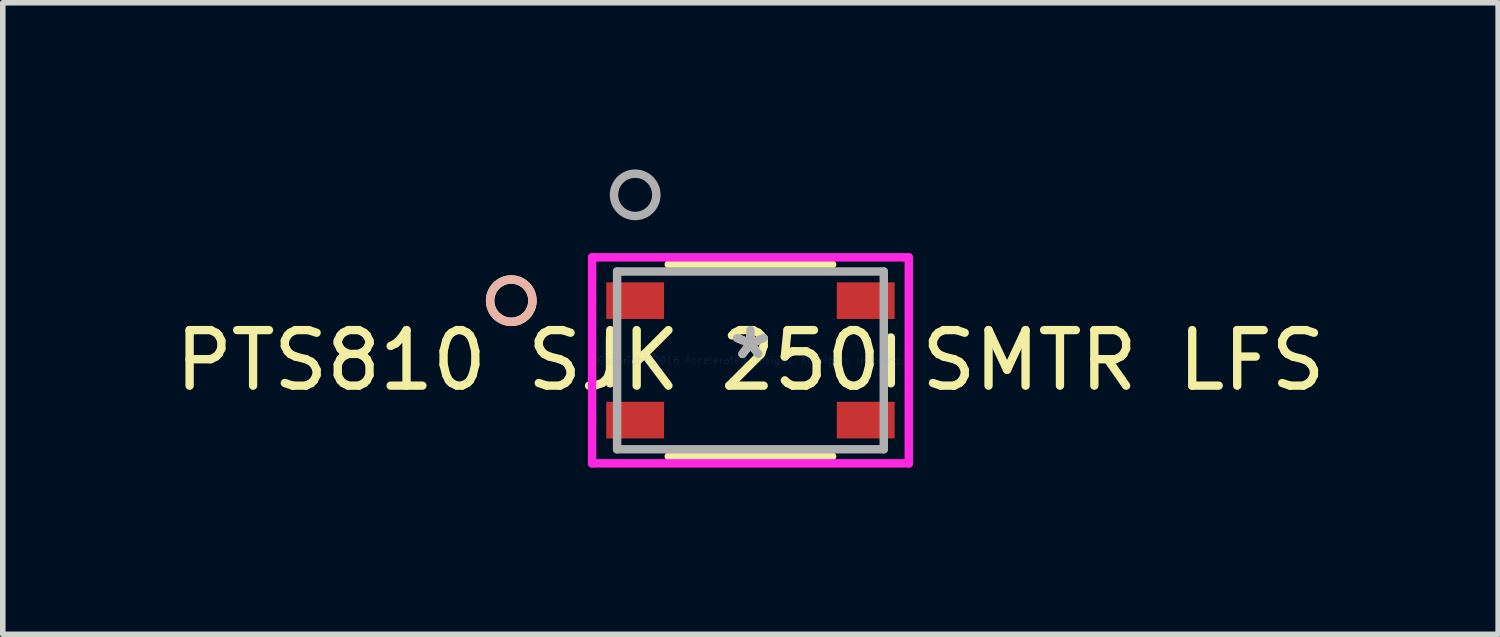
<source format=kicad_pcb>
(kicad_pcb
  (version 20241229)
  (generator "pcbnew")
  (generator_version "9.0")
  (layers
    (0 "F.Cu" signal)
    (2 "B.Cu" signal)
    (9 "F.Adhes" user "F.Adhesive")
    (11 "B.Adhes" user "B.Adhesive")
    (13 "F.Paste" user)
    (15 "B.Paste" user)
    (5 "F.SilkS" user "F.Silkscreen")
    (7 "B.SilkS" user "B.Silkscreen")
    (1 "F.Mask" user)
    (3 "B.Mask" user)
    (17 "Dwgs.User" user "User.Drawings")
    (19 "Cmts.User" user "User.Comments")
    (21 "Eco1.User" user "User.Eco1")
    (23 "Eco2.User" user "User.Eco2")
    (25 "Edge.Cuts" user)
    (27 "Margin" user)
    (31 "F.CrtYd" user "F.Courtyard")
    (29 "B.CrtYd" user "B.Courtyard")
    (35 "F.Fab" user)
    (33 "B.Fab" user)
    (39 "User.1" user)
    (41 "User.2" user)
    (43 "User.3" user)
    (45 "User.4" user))
  (footprint "PTS810 SJK 250 SMTR LFS"
    (layer "F.Cu")
    (at 10.458 3.437)
    (property "Reference" "PTS810 SJK 250 SMTR LFS" (at 0 0 0) (layer "F.SilkS") (effects (font (size 1 1) (thickness 0.15))))
    (attr through_hole)
    (fp_line (start -2.527 -0.412) (end -2.527 0.412) (stroke (width 0.152) (type solid)) (layer "F.SilkS"))
    (fp_line (start -1.47 1.727) (end 1.47 1.727) (stroke (width 0.152) (type solid)) (layer "F.SilkS"))
    (fp_line (start 1.47 -1.727) (end -1.47 -1.727) (stroke (width 0.152) (type solid)) (layer "F.SilkS"))
    (fp_line (start 2.527 0.412) (end 2.527 -0.412) (stroke (width 0.152) (type solid)) (layer "F.SilkS"))
    (fp_circle (center -4.305 -1.075) (end -3.924 -1.075) (stroke (width 0.152) (type solid)) (fill no) (layer "F.SilkS"))
    (fp_circle (center -4.305 -1.075) (end -3.924 -1.075) (stroke (width 0.152) (type solid)) (fill no) (layer "B.SilkS"))
    (fp_line (start -2.85 -1.854) (end -2.85 1.854) (stroke (width 0.152) (type solid)) (layer "F.CrtYd"))
    (fp_line (start -2.85 1.854) (end 2.85 1.854) (stroke (width 0.152) (type solid)) (layer "F.CrtYd"))
    (fp_line (start 2.85 -1.854) (end -2.85 -1.854) (stroke (width 0.152) (type solid)) (layer "F.CrtYd"))
    (fp_line (start 2.85 1.854) (end 2.85 -1.854) (stroke (width 0.152) (type solid)) (layer "F.CrtYd"))
    (fp_line (start -2.4 -1.6) (end -2.4 1.6) (stroke (width 0.152) (type solid)) (layer "F.Fab"))
    (fp_line (start -2.4 1.6) (end 2.4 1.6) (stroke (width 0.152) (type solid)) (layer "F.Fab"))
    (fp_line (start 2.4 -1.6) (end -2.4 -1.6) (stroke (width 0.152) (type solid)) (layer "F.Fab"))
    (fp_line (start 2.4 1.6) (end 2.4 -1.6) (stroke (width 0.152) (type solid)) (layer "F.Fab"))
    (fp_circle (center -2.075 -2.98) (end -1.694 -2.98) (stroke (width 0.152) (type solid)) (fill no) (layer "F.Fab"))
    (fp_text user "*" (at 0 0 0) (layer "F.SilkS") (effects (font (size 1 1) (thickness 0.15))))
    (fp_text user "Copyright 2016 Accelerated Designs. All rights reserved." (at 0 0 0) (layer "Cmts.User") (effects (font (size 0.127 0.127) (thickness 0.002))))
    (fp_text user "*" (at 0 0 0) (layer "F.Fab") (effects (font (size 1 1) (thickness 0.15))))
    (pad "1" smd rect (at -2.075 -1.075) (size 1.041 0.66) (layers "F.Cu" "F.Mask" "F.Paste"))
    (pad "2" smd rect (at 2.075 -1.075) (size 1.041 0.66) (layers "F.Cu" "F.Mask" "F.Paste"))
    (pad "3" smd rect (at -2.075 1.075) (size 1.041 0.66) (layers "F.Cu" "F.Mask" "F.Paste"))
    (pad "4" smd rect (at 2.075 1.075) (size 1.041 0.66) (layers "F.Cu" "F.Mask" "F.Paste")))
  (gr_rect
    (start -3 -3)
    (end 23.917 8.368)
    (stroke (width 0.1) (type default))
    (fill no)
    (layer "Edge.Cuts")))
</source>
